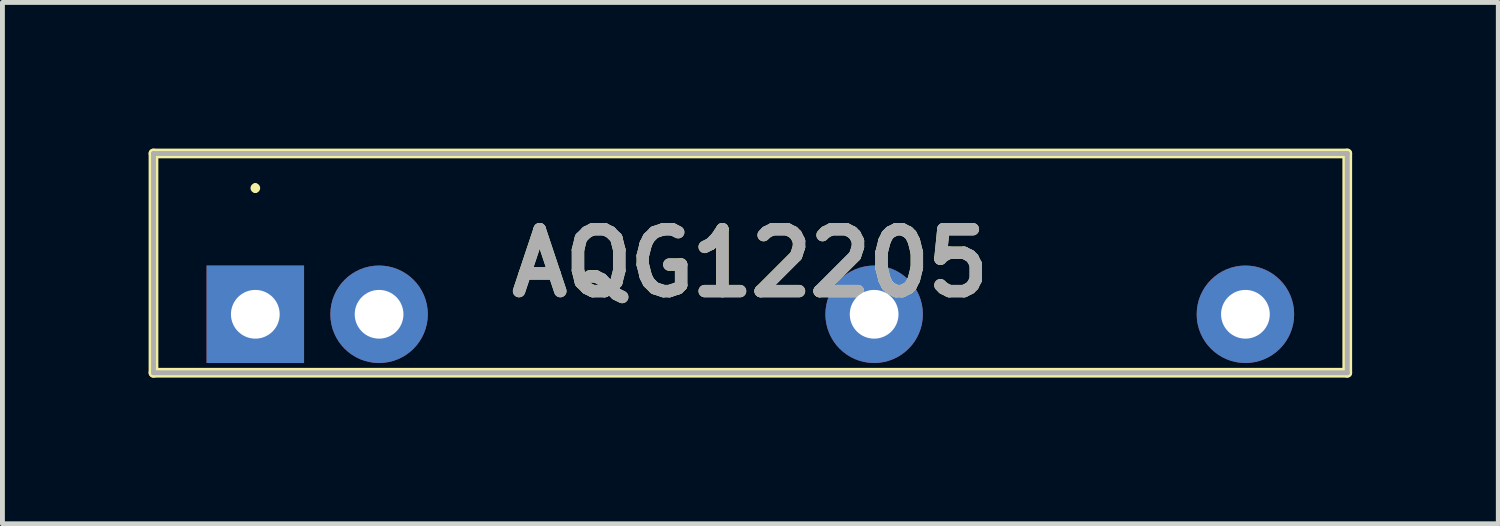
<source format=kicad_pcb>
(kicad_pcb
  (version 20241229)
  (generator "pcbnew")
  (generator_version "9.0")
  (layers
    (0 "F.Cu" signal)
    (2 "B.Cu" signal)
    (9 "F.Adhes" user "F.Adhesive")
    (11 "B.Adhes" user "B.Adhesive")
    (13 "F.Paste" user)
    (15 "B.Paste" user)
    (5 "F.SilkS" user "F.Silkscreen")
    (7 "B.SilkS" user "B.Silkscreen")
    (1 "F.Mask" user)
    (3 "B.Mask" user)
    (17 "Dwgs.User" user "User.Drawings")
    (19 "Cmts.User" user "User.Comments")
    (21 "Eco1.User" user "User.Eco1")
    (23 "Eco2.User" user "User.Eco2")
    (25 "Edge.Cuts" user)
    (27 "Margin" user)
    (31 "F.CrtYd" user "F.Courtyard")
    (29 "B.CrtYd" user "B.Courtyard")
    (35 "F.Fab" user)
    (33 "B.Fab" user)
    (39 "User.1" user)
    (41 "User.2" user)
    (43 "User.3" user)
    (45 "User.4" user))
  (footprint "AQG12205"
    (layer "F.Cu")
    (at 2.19 3.4)
    (property "Reference" "AQG12205" (at 10.16 -1.05 0) (layer "F.SilkS") (effects (font (size 1.27 1.27) (thickness 0.254))))
    (attr through_hole)
    (fp_line (start -2.09 -3.3) (end -2.09 1.2) (stroke (width 0.2) (type solid)) (layer "F.SilkS"))
    (fp_line (start -2.09 1.2) (end 22.41 1.2) (stroke (width 0.2) (type solid)) (layer "F.SilkS"))
    (fp_line (start 0 -2.64) (end 0 -2.64) (stroke (width 0.1) (type solid)) (layer "F.SilkS"))
    (fp_line (start 0 -2.54) (end 0 -2.54) (stroke (width 0.1) (type solid)) (layer "F.SilkS"))
    (fp_line (start 22.41 -3.3) (end -2.09 -3.3) (stroke (width 0.2) (type solid)) (layer "F.SilkS"))
    (fp_line (start 22.41 1.2) (end 22.41 -3.3) (stroke (width 0.2) (type solid)) (layer "F.SilkS"))
    (fp_arc (start 0 -2.64) (mid 0.05 -2.59) (end 0 -2.54) (stroke (width 0.1) (type solid)) (layer "F.SilkS"))
    (fp_arc (start 0 -2.54) (mid -0.05 -2.59) (end 0 -2.64) (stroke (width 0.1) (type solid)) (layer "F.SilkS"))
    (fp_line (start -2.09 -3.3) (end -2.09 1.2) (stroke (width 0.1) (type solid)) (layer "F.Fab"))
    (fp_line (start -2.09 1.2) (end 22.41 1.2) (stroke (width 0.1) (type solid)) (layer "F.Fab"))
    (fp_line (start 22.41 -3.3) (end -2.09 -3.3) (stroke (width 0.1) (type solid)) (layer "F.Fab"))
    (fp_line (start 22.41 1.2) (end 22.41 -3.3) (stroke (width 0.1) (type solid)) (layer "F.Fab"))
    (fp_text user "${REFERENCE}" (at 10.16 -1.05 0) (layer "F.Fab") (effects (font (size 1.27 1.27) (thickness 0.254))))
    (pad "1" thru_hole rect (at 0 0) (size 2 2) (drill 1) (layers "*.Cu" "*.Mask"))
    (pad "2" thru_hole circle (at 2.54 0) (size 2 2) (drill 1) (layers "*.Cu" "*.Mask"))
    (pad "3" thru_hole circle (at 12.7 0) (size 2 2) (drill 1) (layers "*.Cu" "*.Mask"))
    (pad "4" thru_hole circle (at 20.32 0) (size 2 2) (drill 1) (layers "*.Cu" "*.Mask")))
  (gr_rect
    (start -3 -3)
    (end 27.7 7.7)
    (stroke (width 0.1) (type default))
    (fill no)
    (layer "Edge.Cuts")))
</source>
